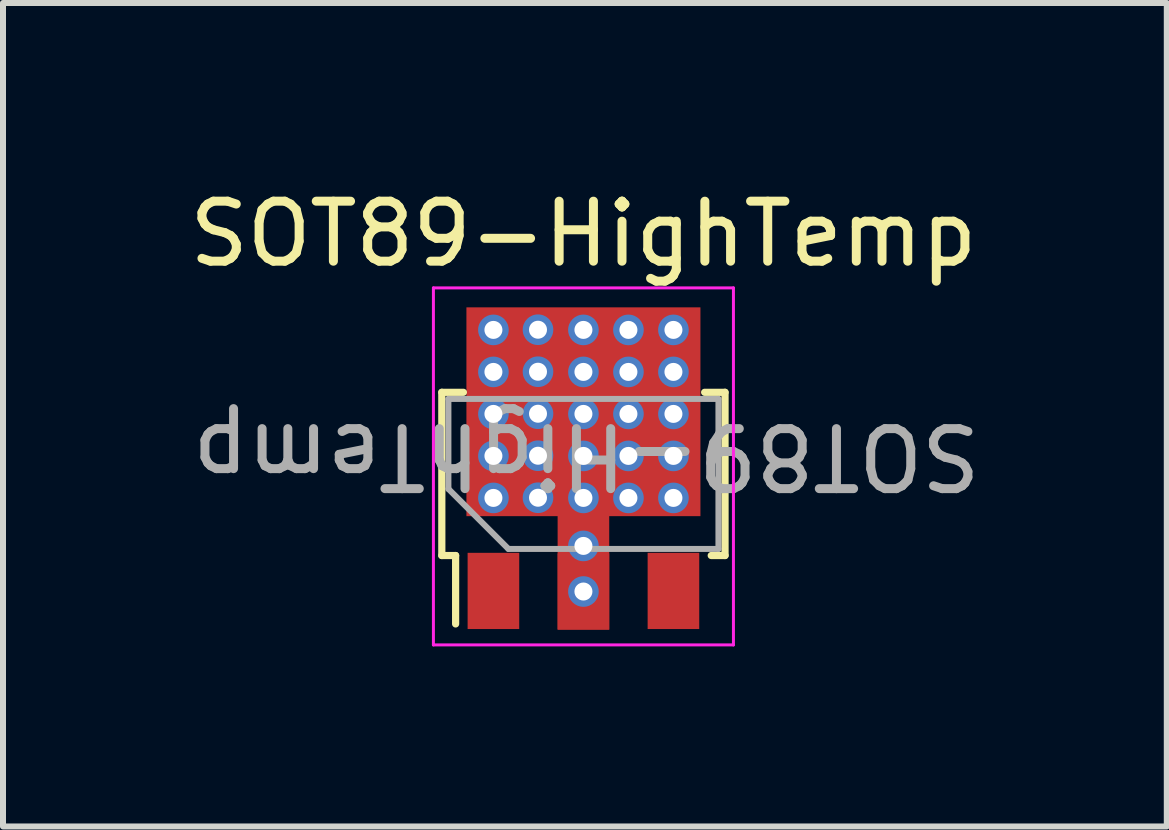
<source format=kicad_pcb>
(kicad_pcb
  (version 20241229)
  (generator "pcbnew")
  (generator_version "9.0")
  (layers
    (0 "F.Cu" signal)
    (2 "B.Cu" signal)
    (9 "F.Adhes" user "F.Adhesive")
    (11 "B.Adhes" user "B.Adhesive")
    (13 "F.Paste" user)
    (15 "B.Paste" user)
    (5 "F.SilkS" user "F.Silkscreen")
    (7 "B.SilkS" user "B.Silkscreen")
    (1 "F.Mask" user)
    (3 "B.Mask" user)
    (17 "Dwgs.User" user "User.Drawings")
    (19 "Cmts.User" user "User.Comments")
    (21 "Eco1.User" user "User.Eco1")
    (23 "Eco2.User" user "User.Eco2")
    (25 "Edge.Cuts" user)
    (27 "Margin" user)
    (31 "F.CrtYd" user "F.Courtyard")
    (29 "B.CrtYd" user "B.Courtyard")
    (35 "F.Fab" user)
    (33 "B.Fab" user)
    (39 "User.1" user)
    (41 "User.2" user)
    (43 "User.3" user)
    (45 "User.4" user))
  (footprint "SOT89-HighTemp"
    (layer "F.Cu")
    (at 6.673 5.148)
    (property "Reference" "SOT89-HighTemp" (at 0 -4.3 0) (unlocked yes) (layer "F.SilkS") (effects (font (size 1 1) (thickness 0.15))))
    (attr smd)
    (fp_rect (start -0.9 -3.075) (end 0.9 0.405) (stroke (width 0) (type solid)) (fill yes) (layer "F.Mask"))
    (fp_rect (start -0.43 2.295) (end 0.43 0.405) (stroke (width 0) (type solid)) (fill yes) (layer "F.Mask"))
    (fp_line (start -2.36 -1.66) (end -2 -1.66) (stroke (width 0.12) (type solid)) (layer "F.SilkS"))
    (fp_line (start -2.36 1.06) (end -2.36 -1.66) (stroke (width 0.12) (type solid)) (layer "F.SilkS"))
    (fp_line (start -2.36 1.06) (end -2.13 1.06) (stroke (width 0.12) (type solid)) (layer "F.SilkS"))
    (fp_line (start -2.13 2.2) (end -2.13 1.06) (stroke (width 0.12) (type solid)) (layer "F.SilkS"))
    (fp_line (start 2.02 -1.66) (end 2.36 -1.66) (stroke (width 0.12) (type solid)) (layer "F.SilkS"))
    (fp_line (start 2.36 -1.66) (end 2.36 1.06) (stroke (width 0.12) (type solid)) (layer "F.SilkS"))
    (fp_line (start 2.36 1.06) (end 2.13 1.06) (stroke (width 0.12) (type solid)) (layer "F.SilkS"))
    (fp_rect (start -0.9 -2.3) (end 0.9 -1.5) (stroke (width 0) (type solid)) (fill yes) (layer "F.Paste"))
    (fp_rect (start -0.6 -1.3) (end 0.6 -0.1) (stroke (width 0) (type solid)) (fill yes) (layer "F.Paste"))
    (fp_line (start -2.5 -3.4) (end -2.5 2.55) (stroke (width 0.05) (type solid)) (layer "F.CrtYd"))
    (fp_line (start -2.5 -3.4) (end 2.5 -3.4) (stroke (width 0.05) (type solid)) (layer "F.CrtYd"))
    (fp_line (start 2.5 2.55) (end -2.5 2.55) (stroke (width 0.05) (type solid)) (layer "F.CrtYd"))
    (fp_line (start 2.5 2.55) (end 2.5 -3.4) (stroke (width 0.05) (type solid)) (layer "F.CrtYd"))
    (fp_line (start -2.25 -1.55) (end 2.25 -1.55) (stroke (width 0.1) (type solid)) (layer "F.Fab"))
    (fp_line (start -2.25 -0.05) (end -2.25 -1.55) (stroke (width 0.1) (type solid)) (layer "F.Fab"))
    (fp_line (start -1.25 0.95) (end -2.25 -0.05) (stroke (width 0.1) (type solid)) (layer "F.Fab"))
    (fp_line (start 2.25 -1.55) (end 2.25 0.95) (stroke (width 0.1) (type solid)) (layer "F.Fab"))
    (fp_line (start 2.25 0.95) (end -1.25 0.95) (stroke (width 0.1) (type solid)) (layer "F.Fab"))
    (fp_text user "${REFERENCE}" (at 0.05 -0.6 180) (unlocked yes) (layer "F.Fab") (effects (font (size 1 1) (thickness 0.15))))
    (pad "1" smd rect (at -1.5 1.65 90) (size 1.27 0.86) (layers "F.Cu" "F.Mask" "F.Paste"))
    (pad "2" thru_hole circle (at -1.5 -2.7) (size 0.51 0.51) (drill 0.3) (property pad_prop_heatsink) (layers "*.Cu" "B.Mask"))
    (pad "2" thru_hole circle (at -1.5 -2) (size 0.51 0.51) (drill 0.3) (property pad_prop_heatsink) (layers "*.Cu" "B.Mask"))
    (pad "2" thru_hole circle (at -1.5 -1.3) (size 0.51 0.51) (drill 0.3) (property pad_prop_heatsink) (layers "*.Cu" "B.Mask"))
    (pad "2" thru_hole circle (at -1.5 -0.6) (size 0.51 0.51) (drill 0.3) (property pad_prop_heatsink) (layers "*.Cu" "B.Mask"))
    (pad "2" thru_hole circle (at -1.5 0.1) (size 0.51 0.51) (drill 0.3) (property pad_prop_heatsink) (layers "*.Cu" "B.Mask"))
    (pad "2" thru_hole circle (at -0.757 -2.703) (size 0.51 0.51) (drill 0.3) (property pad_prop_heatsink) (layers "*.Cu" "B.Mask"))
    (pad "2" thru_hole circle (at -0.757 -2.003) (size 0.51 0.51) (drill 0.3) (property pad_prop_heatsink) (layers "*.Cu" "B.Mask"))
    (pad "2" thru_hole circle (at -0.757 -1.303) (size 0.51 0.51) (drill 0.3) (property pad_prop_heatsink) (layers "*.Cu" "B.Mask"))
    (pad "2" thru_hole circle (at -0.757 -0.603) (size 0.51 0.51) (drill 0.3) (property pad_prop_heatsink) (layers "*.Cu" "B.Mask"))
    (pad "2" thru_hole circle (at -0.757 0.097) (size 0.51 0.51) (drill 0.3) (property pad_prop_heatsink) (layers "*.Cu" "B.Mask"))
    (pad "2" thru_hole circle (at 0 -2.7) (size 0.51 0.51) (drill 0.3) (property pad_prop_heatsink) (layers "*.Cu" "B.Mask"))
    (pad "2" thru_hole circle (at 0 -2) (size 0.51 0.51) (drill 0.3) (property pad_prop_heatsink) (layers "*.Cu" "B.Mask"))
    (pad "2" thru_hole circle (at 0 -1.3) (size 0.51 0.51) (drill 0.3) (property pad_prop_heatsink) (layers "*.Cu" "B.Mask"))
    (pad "2" thru_hole circle (at 0 -0.6) (size 0.51 0.51) (drill 0.3) (property pad_prop_heatsink) (layers "*.Cu" "B.Mask"))
    (pad "2" thru_hole circle (at 0 0.1) (size 0.51 0.51) (drill 0.3) (property pad_prop_heatsink) (layers "*.Cu" "B.Mask"))
    (pad "2" thru_hole circle (at 0 0.9) (size 0.51 0.51) (drill 0.3) (property pad_prop_heatsink) (layers "*.Cu" "B.Mask"))
    (pad "2" smd custom (at 0 1.272 90) (size 2.045 0.86) (layers "F.Cu") (options (anchor rect)) (primitives (gr_rect (start 0.868 -1.95) (end 4.348 1.95) (width 0) (fill yes))))
    (pad "2" thru_hole circle (at 0 1.66) (size 0.51 0.51) (drill 0.3) (property pad_prop_heatsink) (layers "*.Cu" "B.Mask"))
    (pad "2" smd rect (at 0 1.66 90) (size 1.27 0.86) (layers "F.Cu" "F.Mask" "F.Paste"))
    (pad "2" thru_hole circle (at 0.75 -2.7) (size 0.51 0.51) (drill 0.3) (property pad_prop_heatsink) (layers "*.Cu" "B.Mask"))
    (pad "2" thru_hole circle (at 0.75 -2) (size 0.51 0.51) (drill 0.3) (property pad_prop_heatsink) (layers "*.Cu" "B.Mask"))
    (pad "2" thru_hole circle (at 0.75 -1.3) (size 0.51 0.51) (drill 0.3) (property pad_prop_heatsink) (layers "*.Cu" "B.Mask"))
    (pad "2" thru_hole circle (at 0.75 -0.6) (size 0.51 0.51) (drill 0.3) (property pad_prop_heatsink) (layers "*.Cu" "B.Mask"))
    (pad "2" thru_hole circle (at 0.75 0.1) (size 0.51 0.51) (drill 0.3) (property pad_prop_heatsink) (layers "*.Cu" "B.Mask"))
    (pad "2" thru_hole circle (at 1.5 -2.7) (size 0.51 0.51) (drill 0.3) (property pad_prop_heatsink) (layers "*.Cu" "B.Mask"))
    (pad "2" thru_hole circle (at 1.5 -2) (size 0.51 0.51) (drill 0.3) (property pad_prop_heatsink) (layers "*.Cu" "B.Mask"))
    (pad "2" thru_hole circle (at 1.5 -1.3) (size 0.51 0.51) (drill 0.3) (property pad_prop_heatsink) (layers "*.Cu" "B.Mask"))
    (pad "2" thru_hole circle (at 1.5 -0.6) (size 0.51 0.51) (drill 0.3) (property pad_prop_heatsink) (layers "*.Cu" "B.Mask"))
    (pad "2" thru_hole circle (at 1.5 0.1) (size 0.51 0.51) (drill 0.3) (property pad_prop_heatsink) (layers "*.Cu" "B.Mask"))
    (pad "3" smd rect (at 1.5 1.65 90) (size 1.27 0.86) (layers "F.Cu" "F.Mask" "F.Paste")))
  (gr_rect
    (start -3 -3)
    (end 16.395 10.723)
    (stroke (width 0.1) (type default))
    (fill no)
    (layer "Edge.Cuts")))
</source>
